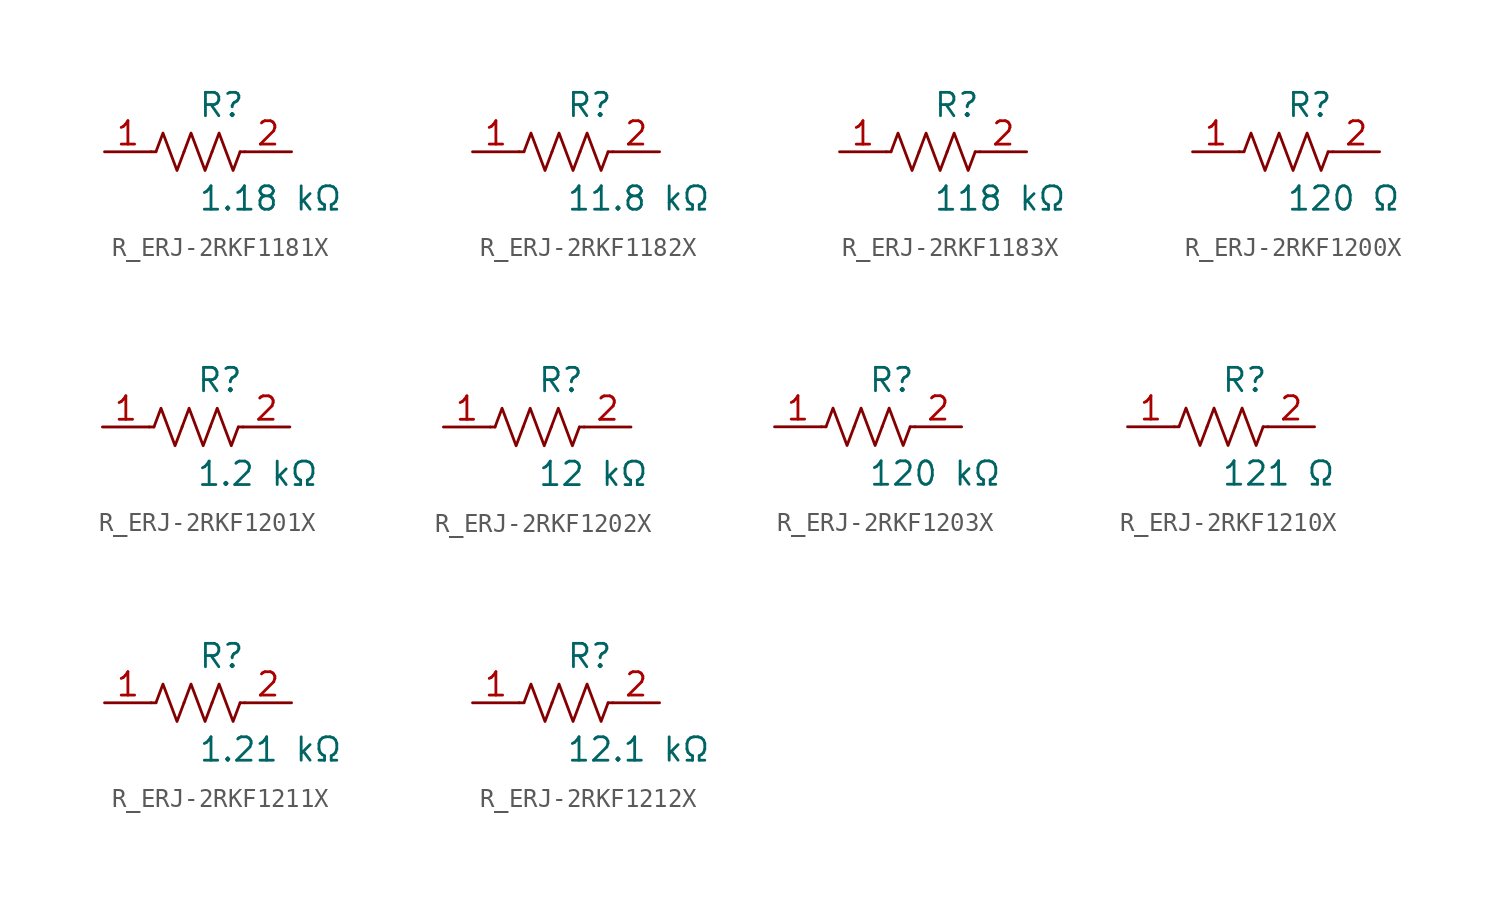
<source format=kicad_sym>
(kicad_symbol_lib
  (version 20231120)
  (generator kicad_symbol_editor)
  (generator_version 8.0)
  (symbol "R_ERJ-2RKF1181X"
    (pin_names
      (offset 0.254))
    (property "Reference" "R"
      (at 0 2.54 0)
      (effects (font (size 1.27 1.27)) (justify left)))
    (property "Value" "1.18 kΩ"
      (at 0 -2.54 0)
      (effects (font (size 1.27 1.27)) (justify left)))
    (symbol "R_ERJ-2RKF1181X_0_1"
      (polyline (pts (xy 2.286 0) (xy 2.54 0)) (stroke (width 0) (type default)) (fill (type none)))
      (polyline (pts (xy -2.286 0) (xy -2.54 0)) (stroke (width 0) (type default)) (fill (type none)))
      (polyline (pts (xy 0.762 0) (xy 1.143 1.016) (xy 1.524 0) (xy 1.905 -1.016) (xy 2.286 0)) (stroke (width 0) (type default)) (fill (type none)))
      (polyline (pts (xy -0.762 0) (xy -0.381 1.016) (xy 0 0) (xy 0.381 -1.016) (xy 0.762 0)) (stroke (width 0) (type default)) (fill (type none)))
      (polyline (pts (xy -2.286 0) (xy -1.905 1.016) (xy -1.524 0) (xy -1.143 -1.016) (xy -0.762 0)) (stroke (width 0) (type default)) (fill (type none))))
    (pin passive line
      (at -5.08 0 0)
      (length 2.54)
      (name "" (effects (font (size 1.27 1.27))))
      (number "1" (effects (font (size 1.27 1.27)))))
    (pin passive line
      (at 5.08 0 180)
      (length 2.54)
      (name "" (effects (font (size 1.27 1.27))))
      (number "2" (effects (font (size 1.27 1.27))))))
  (symbol "R_ERJ-2RKF1182X"
    (pin_names
      (offset 0.254))
    (property "Reference" "R"
      (at 0 2.54 0)
      (effects (font (size 1.27 1.27)) (justify left)))
    (property "Value" "11.8 kΩ"
      (at 0 -2.54 0)
      (effects (font (size 1.27 1.27)) (justify left)))
    (symbol "R_ERJ-2RKF1182X_0_1"
      (polyline (pts (xy 2.286 0) (xy 2.54 0)) (stroke (width 0) (type default)) (fill (type none)))
      (polyline (pts (xy -2.286 0) (xy -2.54 0)) (stroke (width 0) (type default)) (fill (type none)))
      (polyline (pts (xy 0.762 0) (xy 1.143 1.016) (xy 1.524 0) (xy 1.905 -1.016) (xy 2.286 0)) (stroke (width 0) (type default)) (fill (type none)))
      (polyline (pts (xy -0.762 0) (xy -0.381 1.016) (xy 0 0) (xy 0.381 -1.016) (xy 0.762 0)) (stroke (width 0) (type default)) (fill (type none)))
      (polyline (pts (xy -2.286 0) (xy -1.905 1.016) (xy -1.524 0) (xy -1.143 -1.016) (xy -0.762 0)) (stroke (width 0) (type default)) (fill (type none))))
    (pin passive line
      (at -5.08 0 0)
      (length 2.54)
      (name "" (effects (font (size 1.27 1.27))))
      (number "1" (effects (font (size 1.27 1.27)))))
    (pin passive line
      (at 5.08 0 180)
      (length 2.54)
      (name "" (effects (font (size 1.27 1.27))))
      (number "2" (effects (font (size 1.27 1.27))))))
  (symbol "R_ERJ-2RKF1183X"
    (pin_names
      (offset 0.254))
    (property "Reference" "R"
      (at 0 2.54 0)
      (effects (font (size 1.27 1.27)) (justify left)))
    (property "Value" "118 kΩ"
      (at 0 -2.54 0)
      (effects (font (size 1.27 1.27)) (justify left)))
    (symbol "R_ERJ-2RKF1183X_0_1"
      (polyline (pts (xy 2.286 0) (xy 2.54 0)) (stroke (width 0) (type default)) (fill (type none)))
      (polyline (pts (xy -2.286 0) (xy -2.54 0)) (stroke (width 0) (type default)) (fill (type none)))
      (polyline (pts (xy 0.762 0) (xy 1.143 1.016) (xy 1.524 0) (xy 1.905 -1.016) (xy 2.286 0)) (stroke (width 0) (type default)) (fill (type none)))
      (polyline (pts (xy -0.762 0) (xy -0.381 1.016) (xy 0 0) (xy 0.381 -1.016) (xy 0.762 0)) (stroke (width 0) (type default)) (fill (type none)))
      (polyline (pts (xy -2.286 0) (xy -1.905 1.016) (xy -1.524 0) (xy -1.143 -1.016) (xy -0.762 0)) (stroke (width 0) (type default)) (fill (type none))))
    (pin passive line
      (at -5.08 0 0)
      (length 2.54)
      (name "" (effects (font (size 1.27 1.27))))
      (number "1" (effects (font (size 1.27 1.27)))))
    (pin passive line
      (at 5.08 0 180)
      (length 2.54)
      (name "" (effects (font (size 1.27 1.27))))
      (number "2" (effects (font (size 1.27 1.27))))))
  (symbol "R_ERJ-2RKF1200X"
    (pin_names
      (offset 0.254))
    (property "Reference" "R"
      (at 0 2.54 0)
      (effects (font (size 1.27 1.27)) (justify left)))
    (property "Value" "120 Ω"
      (at 0 -2.54 0)
      (effects (font (size 1.27 1.27)) (justify left)))
    (symbol "R_ERJ-2RKF1200X_0_1"
      (polyline (pts (xy 2.286 0) (xy 2.54 0)) (stroke (width 0) (type default)) (fill (type none)))
      (polyline (pts (xy -2.286 0) (xy -2.54 0)) (stroke (width 0) (type default)) (fill (type none)))
      (polyline (pts (xy 0.762 0) (xy 1.143 1.016) (xy 1.524 0) (xy 1.905 -1.016) (xy 2.286 0)) (stroke (width 0) (type default)) (fill (type none)))
      (polyline (pts (xy -0.762 0) (xy -0.381 1.016) (xy 0 0) (xy 0.381 -1.016) (xy 0.762 0)) (stroke (width 0) (type default)) (fill (type none)))
      (polyline (pts (xy -2.286 0) (xy -1.905 1.016) (xy -1.524 0) (xy -1.143 -1.016) (xy -0.762 0)) (stroke (width 0) (type default)) (fill (type none))))
    (pin passive line
      (at -5.08 0 0)
      (length 2.54)
      (name "" (effects (font (size 1.27 1.27))))
      (number "1" (effects (font (size 1.27 1.27)))))
    (pin passive line
      (at 5.08 0 180)
      (length 2.54)
      (name "" (effects (font (size 1.27 1.27))))
      (number "2" (effects (font (size 1.27 1.27))))))
  (symbol "R_ERJ-2RKF1201X"
    (pin_names
      (offset 0.254))
    (property "Reference" "R"
      (at 0 2.54 0)
      (effects (font (size 1.27 1.27)) (justify left)))
    (property "Value" "1.2 kΩ"
      (at 0 -2.54 0)
      (effects (font (size 1.27 1.27)) (justify left)))
    (symbol "R_ERJ-2RKF1201X_0_1"
      (polyline (pts (xy 2.286 0) (xy 2.54 0)) (stroke (width 0) (type default)) (fill (type none)))
      (polyline (pts (xy -2.286 0) (xy -2.54 0)) (stroke (width 0) (type default)) (fill (type none)))
      (polyline (pts (xy 0.762 0) (xy 1.143 1.016) (xy 1.524 0) (xy 1.905 -1.016) (xy 2.286 0)) (stroke (width 0) (type default)) (fill (type none)))
      (polyline (pts (xy -0.762 0) (xy -0.381 1.016) (xy 0 0) (xy 0.381 -1.016) (xy 0.762 0)) (stroke (width 0) (type default)) (fill (type none)))
      (polyline (pts (xy -2.286 0) (xy -1.905 1.016) (xy -1.524 0) (xy -1.143 -1.016) (xy -0.762 0)) (stroke (width 0) (type default)) (fill (type none))))
    (pin passive line
      (at -5.08 0 0)
      (length 2.54)
      (name "" (effects (font (size 1.27 1.27))))
      (number "1" (effects (font (size 1.27 1.27)))))
    (pin passive line
      (at 5.08 0 180)
      (length 2.54)
      (name "" (effects (font (size 1.27 1.27))))
      (number "2" (effects (font (size 1.27 1.27))))))
  (symbol "R_ERJ-2RKF1202X"
    (pin_names
      (offset 0.254))
    (property "Reference" "R"
      (at 0 2.54 0)
      (effects (font (size 1.27 1.27)) (justify left)))
    (property "Value" "12 kΩ"
      (at 0 -2.54 0)
      (effects (font (size 1.27 1.27)) (justify left)))
    (symbol "R_ERJ-2RKF1202X_0_1"
      (polyline (pts (xy 2.286 0) (xy 2.54 0)) (stroke (width 0) (type default)) (fill (type none)))
      (polyline (pts (xy -2.286 0) (xy -2.54 0)) (stroke (width 0) (type default)) (fill (type none)))
      (polyline (pts (xy 0.762 0) (xy 1.143 1.016) (xy 1.524 0) (xy 1.905 -1.016) (xy 2.286 0)) (stroke (width 0) (type default)) (fill (type none)))
      (polyline (pts (xy -0.762 0) (xy -0.381 1.016) (xy 0 0) (xy 0.381 -1.016) (xy 0.762 0)) (stroke (width 0) (type default)) (fill (type none)))
      (polyline (pts (xy -2.286 0) (xy -1.905 1.016) (xy -1.524 0) (xy -1.143 -1.016) (xy -0.762 0)) (stroke (width 0) (type default)) (fill (type none))))
    (pin passive line
      (at -5.08 0 0)
      (length 2.54)
      (name "" (effects (font (size 1.27 1.27))))
      (number "1" (effects (font (size 1.27 1.27)))))
    (pin passive line
      (at 5.08 0 180)
      (length 2.54)
      (name "" (effects (font (size 1.27 1.27))))
      (number "2" (effects (font (size 1.27 1.27))))))
  (symbol "R_ERJ-2RKF1203X"
    (pin_names
      (offset 0.254))
    (property "Reference" "R"
      (at 0 2.54 0)
      (effects (font (size 1.27 1.27)) (justify left)))
    (property "Value" "120 kΩ"
      (at 0 -2.54 0)
      (effects (font (size 1.27 1.27)) (justify left)))
    (symbol "R_ERJ-2RKF1203X_0_1"
      (polyline (pts (xy 2.286 0) (xy 2.54 0)) (stroke (width 0) (type default)) (fill (type none)))
      (polyline (pts (xy -2.286 0) (xy -2.54 0)) (stroke (width 0) (type default)) (fill (type none)))
      (polyline (pts (xy 0.762 0) (xy 1.143 1.016) (xy 1.524 0) (xy 1.905 -1.016) (xy 2.286 0)) (stroke (width 0) (type default)) (fill (type none)))
      (polyline (pts (xy -0.762 0) (xy -0.381 1.016) (xy 0 0) (xy 0.381 -1.016) (xy 0.762 0)) (stroke (width 0) (type default)) (fill (type none)))
      (polyline (pts (xy -2.286 0) (xy -1.905 1.016) (xy -1.524 0) (xy -1.143 -1.016) (xy -0.762 0)) (stroke (width 0) (type default)) (fill (type none))))
    (pin passive line
      (at -5.08 0 0)
      (length 2.54)
      (name "" (effects (font (size 1.27 1.27))))
      (number "1" (effects (font (size 1.27 1.27)))))
    (pin passive line
      (at 5.08 0 180)
      (length 2.54)
      (name "" (effects (font (size 1.27 1.27))))
      (number "2" (effects (font (size 1.27 1.27))))))
  (symbol "R_ERJ-2RKF1210X"
    (pin_names
      (offset 0.254))
    (property "Reference" "R"
      (at 0 2.54 0)
      (effects (font (size 1.27 1.27)) (justify left)))
    (property "Value" "121 Ω"
      (at 0 -2.54 0)
      (effects (font (size 1.27 1.27)) (justify left)))
    (symbol "R_ERJ-2RKF1210X_0_1"
      (polyline (pts (xy 2.286 0) (xy 2.54 0)) (stroke (width 0) (type default)) (fill (type none)))
      (polyline (pts (xy -2.286 0) (xy -2.54 0)) (stroke (width 0) (type default)) (fill (type none)))
      (polyline (pts (xy 0.762 0) (xy 1.143 1.016) (xy 1.524 0) (xy 1.905 -1.016) (xy 2.286 0)) (stroke (width 0) (type default)) (fill (type none)))
      (polyline (pts (xy -0.762 0) (xy -0.381 1.016) (xy 0 0) (xy 0.381 -1.016) (xy 0.762 0)) (stroke (width 0) (type default)) (fill (type none)))
      (polyline (pts (xy -2.286 0) (xy -1.905 1.016) (xy -1.524 0) (xy -1.143 -1.016) (xy -0.762 0)) (stroke (width 0) (type default)) (fill (type none))))
    (pin passive line
      (at -5.08 0 0)
      (length 2.54)
      (name "" (effects (font (size 1.27 1.27))))
      (number "1" (effects (font (size 1.27 1.27)))))
    (pin passive line
      (at 5.08 0 180)
      (length 2.54)
      (name "" (effects (font (size 1.27 1.27))))
      (number "2" (effects (font (size 1.27 1.27))))))
  (symbol "R_ERJ-2RKF1211X"
    (pin_names
      (offset 0.254))
    (property "Reference" "R"
      (at 0 2.54 0)
      (effects (font (size 1.27 1.27)) (justify left)))
    (property "Value" "1.21 kΩ"
      (at 0 -2.54 0)
      (effects (font (size 1.27 1.27)) (justify left)))
    (symbol "R_ERJ-2RKF1211X_0_1"
      (polyline (pts (xy 2.286 0) (xy 2.54 0)) (stroke (width 0) (type default)) (fill (type none)))
      (polyline (pts (xy -2.286 0) (xy -2.54 0)) (stroke (width 0) (type default)) (fill (type none)))
      (polyline (pts (xy 0.762 0) (xy 1.143 1.016) (xy 1.524 0) (xy 1.905 -1.016) (xy 2.286 0)) (stroke (width 0) (type default)) (fill (type none)))
      (polyline (pts (xy -0.762 0) (xy -0.381 1.016) (xy 0 0) (xy 0.381 -1.016) (xy 0.762 0)) (stroke (width 0) (type default)) (fill (type none)))
      (polyline (pts (xy -2.286 0) (xy -1.905 1.016) (xy -1.524 0) (xy -1.143 -1.016) (xy -0.762 0)) (stroke (width 0) (type default)) (fill (type none))))
    (pin passive line
      (at -5.08 0 0)
      (length 2.54)
      (name "" (effects (font (size 1.27 1.27))))
      (number "1" (effects (font (size 1.27 1.27)))))
    (pin passive line
      (at 5.08 0 180)
      (length 2.54)
      (name "" (effects (font (size 1.27 1.27))))
      (number "2" (effects (font (size 1.27 1.27))))))
  (symbol "R_ERJ-2RKF1212X"
    (pin_names
      (offset 0.254))
    (property "Reference" "R"
      (at 0 2.54 0)
      (effects (font (size 1.27 1.27)) (justify left)))
    (property "Value" "12.1 kΩ"
      (at 0 -2.54 0)
      (effects (font (size 1.27 1.27)) (justify left)))
    (symbol "R_ERJ-2RKF1212X_0_1"
      (polyline (pts (xy 2.286 0) (xy 2.54 0)) (stroke (width 0) (type default)) (fill (type none)))
      (polyline (pts (xy -2.286 0) (xy -2.54 0)) (stroke (width 0) (type default)) (fill (type none)))
      (polyline (pts (xy 0.762 0) (xy 1.143 1.016) (xy 1.524 0) (xy 1.905 -1.016) (xy 2.286 0)) (stroke (width 0) (type default)) (fill (type none)))
      (polyline (pts (xy -0.762 0) (xy -0.381 1.016) (xy 0 0) (xy 0.381 -1.016) (xy 0.762 0)) (stroke (width 0) (type default)) (fill (type none)))
      (polyline (pts (xy -2.286 0) (xy -1.905 1.016) (xy -1.524 0) (xy -1.143 -1.016) (xy -0.762 0)) (stroke (width 0) (type default)) (fill (type none))))
    (pin passive line
      (at -5.08 0 0)
      (length 2.54)
      (name "" (effects (font (size 1.27 1.27))))
      (number "1" (effects (font (size 1.27 1.27)))))
    (pin passive line
      (at 5.08 0 180)
      (length 2.54)
      (name "" (effects (font (size 1.27 1.27))))
      (number "2" (effects (font (size 1.27 1.27)))))))
</source>
